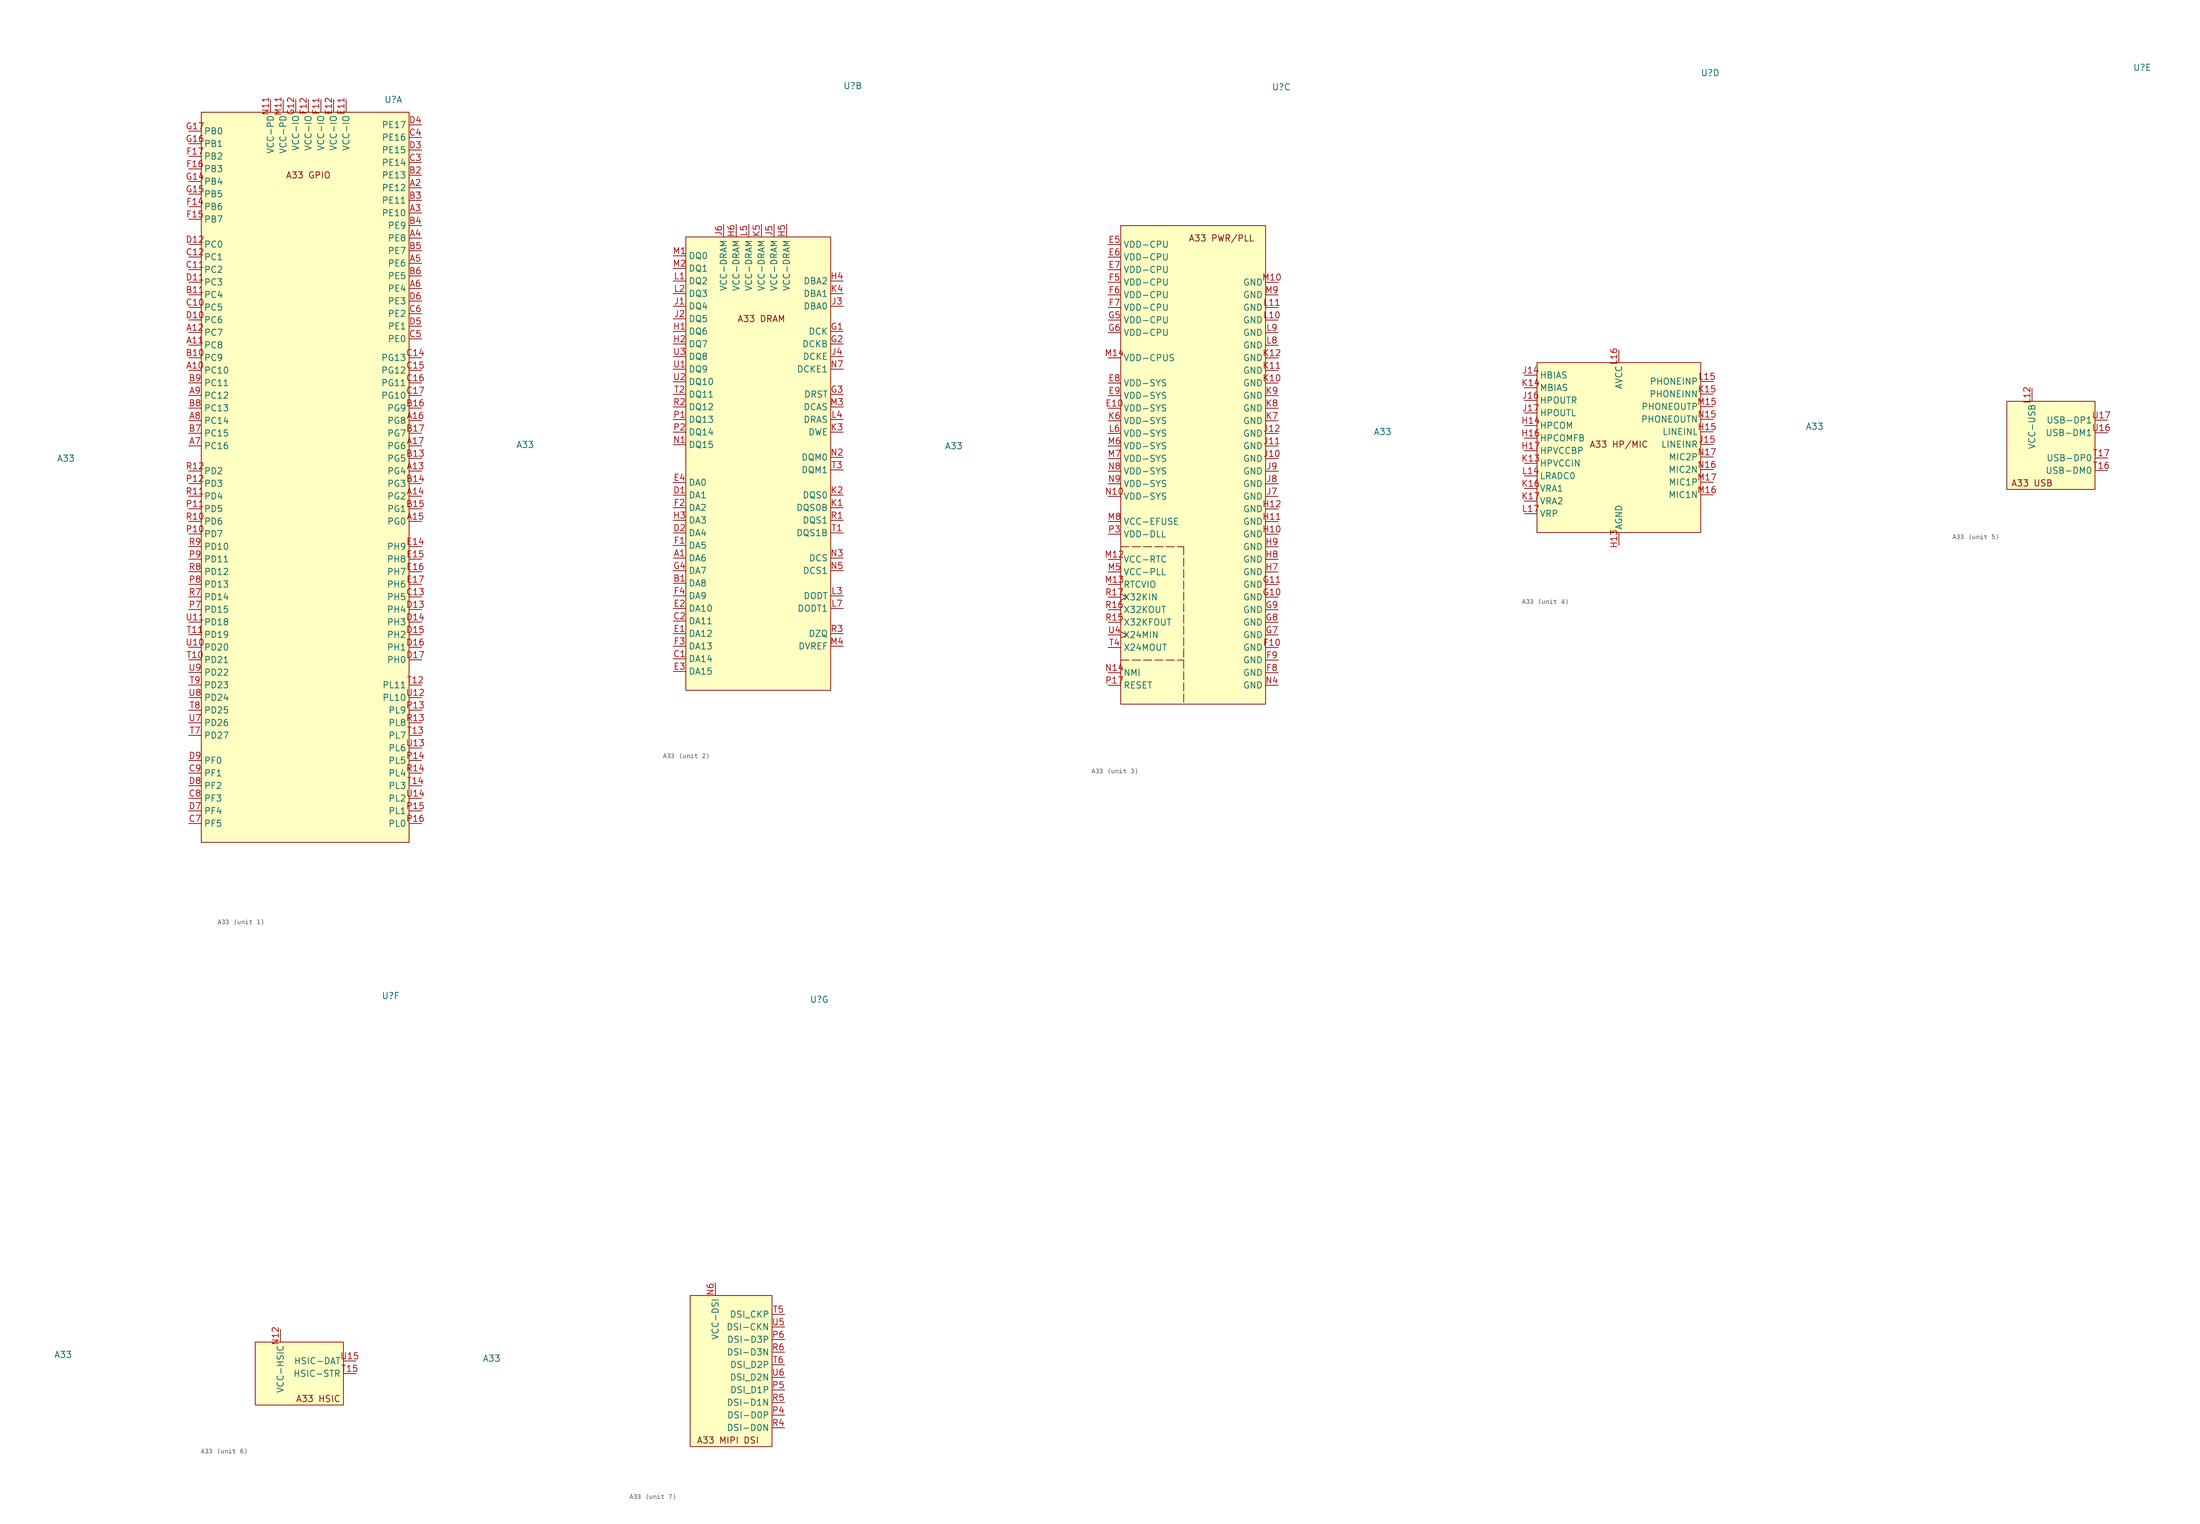
<source format=kicad_sym>
(kicad_symbol_lib
  (version 20220914)
  (generator https://github.com/uPesy/easyeda2kicad.py)
  (symbol "A33"
    (property "Reference" "U"
      (at 18.415 76.2 0)
      (effects (font (size 1.27 1.27))))
    (property "Value" "A33"
      (at -47.625 3.81 0)
      (effects (font (size 1.27 1.27))))
    (symbol "A33_1_1"
      (rectangle (start -20.32 73.66) (end 21.59 -73.66) (stroke (width 0) (type default)) (fill (type background)))
      (text "A33 GPIO" (at 1.27 60.96 0) (effects (font (size 1.27 1.27))))
      (pin bidirectional line (at -22.86 21.59 0) (length 2.54) (name "PC10" (effects (font (size 1.27 1.27)))) (number "A10" (effects (font (size 1.27 1.27)))))
      (pin bidirectional line (at -22.86 26.67 0) (length 2.54) (name "PC8" (effects (font (size 1.27 1.27)))) (number "A11" (effects (font (size 1.27 1.27)))))
      (pin bidirectional line (at -22.86 29.21 0) (length 2.54) (name "PC7" (effects (font (size 1.27 1.27)))) (number "A12" (effects (font (size 1.27 1.27)))))
      (pin bidirectional line (at 24.13 1.27 180) (length 2.54) (name "PG4" (effects (font (size 1.27 1.27)))) (number "A13" (effects (font (size 1.27 1.27)))))
      (pin bidirectional line (at 24.13 -3.81 180) (length 2.54) (name "PG2" (effects (font (size 1.27 1.27)))) (number "A14" (effects (font (size 1.27 1.27)))))
      (pin bidirectional line (at 24.13 -8.89 180) (length 2.54) (name "PG0" (effects (font (size 1.27 1.27)))) (number "A15" (effects (font (size 1.27 1.27)))))
      (pin bidirectional line (at 24.13 11.43 180) (length 2.54) (name "PG8" (effects (font (size 1.27 1.27)))) (number "A16" (effects (font (size 1.27 1.27)))))
      (pin bidirectional line (at 24.13 6.35 180) (length 2.54) (name "PG6" (effects (font (size 1.27 1.27)))) (number "A17" (effects (font (size 1.27 1.27)))))
      (pin bidirectional line (at 24.13 58.42 180) (length 2.54) (name "PE12" (effects (font (size 1.27 1.27)))) (number "A2" (effects (font (size 1.27 1.27)))))
      (pin bidirectional line (at 24.13 53.34 180) (length 2.54) (name "PE10" (effects (font (size 1.27 1.27)))) (number "A3" (effects (font (size 1.27 1.27)))))
      (pin bidirectional line (at 24.13 48.26 180) (length 2.54) (name "PE8" (effects (font (size 1.27 1.27)))) (number "A4" (effects (font (size 1.27 1.27)))))
      (pin bidirectional line (at 24.13 43.18 180) (length 2.54) (name "PE6" (effects (font (size 1.27 1.27)))) (number "A5" (effects (font (size 1.27 1.27)))))
      (pin bidirectional line (at 24.13 38.1 180) (length 2.54) (name "PE4" (effects (font (size 1.27 1.27)))) (number "A6" (effects (font (size 1.27 1.27)))))
      (pin bidirectional line (at -22.86 6.35 0) (length 2.54) (name "PC16" (effects (font (size 1.27 1.27)))) (number "A7" (effects (font (size 1.27 1.27)))))
      (pin bidirectional line (at -22.86 11.43 0) (length 2.54) (name "PC14" (effects (font (size 1.27 1.27)))) (number "A8" (effects (font (size 1.27 1.27)))))
      (pin bidirectional line (at -22.86 16.51 0) (length 2.54) (name "PC12" (effects (font (size 1.27 1.27)))) (number "A9" (effects (font (size 1.27 1.27)))))
      (pin bidirectional line (at -22.86 24.13 0) (length 2.54) (name "PC9" (effects (font (size 1.27 1.27)))) (number "B10" (effects (font (size 1.27 1.27)))))
      (pin bidirectional line (at -22.86 36.83 0) (length 2.54) (name "PC4" (effects (font (size 1.27 1.27)))) (number "B11" (effects (font (size 1.27 1.27)))))
      (pin bidirectional line (at 24.13 3.81 180) (length 2.54) (name "PG5" (effects (font (size 1.27 1.27)))) (number "B13" (effects (font (size 1.27 1.27)))))
      (pin bidirectional line (at 24.13 -1.27 180) (length 2.54) (name "PG3" (effects (font (size 1.27 1.27)))) (number "B14" (effects (font (size 1.27 1.27)))))
      (pin bidirectional line (at 24.13 -6.35 180) (length 2.54) (name "PG1" (effects (font (size 1.27 1.27)))) (number "B15" (effects (font (size 1.27 1.27)))))
      (pin bidirectional line (at 24.13 13.97 180) (length 2.54) (name "PG9" (effects (font (size 1.27 1.27)))) (number "B16" (effects (font (size 1.27 1.27)))))
      (pin bidirectional line (at 24.13 8.89 180) (length 2.54) (name "PG7" (effects (font (size 1.27 1.27)))) (number "B17" (effects (font (size 1.27 1.27)))))
      (pin bidirectional line (at 24.13 60.96 180) (length 2.54) (name "PE13" (effects (font (size 1.27 1.27)))) (number "B2" (effects (font (size 1.27 1.27)))))
      (pin bidirectional line (at 24.13 55.88 180) (length 2.54) (name "PE11" (effects (font (size 1.27 1.27)))) (number "B3" (effects (font (size 1.27 1.27)))))
      (pin bidirectional line (at 24.13 50.8 180) (length 2.54) (name "PE9" (effects (font (size 1.27 1.27)))) (number "B4" (effects (font (size 1.27 1.27)))))
      (pin bidirectional line (at 24.13 45.72 180) (length 2.54) (name "PE7" (effects (font (size 1.27 1.27)))) (number "B5" (effects (font (size 1.27 1.27)))))
      (pin bidirectional line (at 24.13 40.64 180) (length 2.54) (name "PE5" (effects (font (size 1.27 1.27)))) (number "B6" (effects (font (size 1.27 1.27)))))
      (pin bidirectional line (at -22.86 8.89 0) (length 2.54) (name "PC15" (effects (font (size 1.27 1.27)))) (number "B7" (effects (font (size 1.27 1.27)))))
      (pin bidirectional line (at -22.86 13.97 0) (length 2.54) (name "PC13" (effects (font (size 1.27 1.27)))) (number "B8" (effects (font (size 1.27 1.27)))))
      (pin bidirectional line (at -22.86 19.05 0) (length 2.54) (name "PC11" (effects (font (size 1.27 1.27)))) (number "B9" (effects (font (size 1.27 1.27)))))
      (pin bidirectional line (at -22.86 34.29 0) (length 2.54) (name "PC5" (effects (font (size 1.27 1.27)))) (number "C10" (effects (font (size 1.27 1.27)))))
      (pin bidirectional line (at -22.86 41.91 0) (length 2.54) (name "PC2" (effects (font (size 1.27 1.27)))) (number "C11" (effects (font (size 1.27 1.27)))))
      (pin bidirectional line (at -22.86 44.45 0) (length 2.54) (name "PC1" (effects (font (size 1.27 1.27)))) (number "C12" (effects (font (size 1.27 1.27)))))
      (pin bidirectional line (at 24.13 -24.13 180) (length 2.54) (name "PH5" (effects (font (size 1.27 1.27)))) (number "C13" (effects (font (size 1.27 1.27)))))
      (pin bidirectional line (at 24.13 24.13 180) (length 2.54) (name "PG13" (effects (font (size 1.27 1.27)))) (number "C14" (effects (font (size 1.27 1.27)))))
      (pin bidirectional line (at 24.13 21.59 180) (length 2.54) (name "PG12" (effects (font (size 1.27 1.27)))) (number "C15" (effects (font (size 1.27 1.27)))))
      (pin bidirectional line (at 24.13 19.05 180) (length 2.54) (name "PG11" (effects (font (size 1.27 1.27)))) (number "C16" (effects (font (size 1.27 1.27)))))
      (pin bidirectional line (at 24.13 16.51 180) (length 2.54) (name "PG10" (effects (font (size 1.27 1.27)))) (number "C17" (effects (font (size 1.27 1.27)))))
      (pin bidirectional line (at 24.13 63.5 180) (length 2.54) (name "PE14" (effects (font (size 1.27 1.27)))) (number "C3" (effects (font (size 1.27 1.27)))))
      (pin bidirectional line (at 24.13 68.58 180) (length 2.54) (name "PE16" (effects (font (size 1.27 1.27)))) (number "C4" (effects (font (size 1.27 1.27)))))
      (pin bidirectional line (at 24.13 27.94 180) (length 2.54) (name "PE0" (effects (font (size 1.27 1.27)))) (number "C5" (effects (font (size 1.27 1.27)))))
      (pin bidirectional line (at 24.13 33.02 180) (length 2.54) (name "PE2" (effects (font (size 1.27 1.27)))) (number "C6" (effects (font (size 1.27 1.27)))))
      (pin bidirectional line (at -22.86 -69.85 0) (length 2.54) (name "PF5" (effects (font (size 1.27 1.27)))) (number "C7" (effects (font (size 1.27 1.27)))))
      (pin bidirectional line (at -22.86 -64.77 0) (length 2.54) (name "PF3" (effects (font (size 1.27 1.27)))) (number "C8" (effects (font (size 1.27 1.27)))))
      (pin bidirectional line (at -22.86 -59.69 0) (length 2.54) (name "PF1" (effects (font (size 1.27 1.27)))) (number "C9" (effects (font (size 1.27 1.27)))))
      (pin bidirectional line (at -22.86 31.75 0) (length 2.54) (name "PC6" (effects (font (size 1.27 1.27)))) (number "D10" (effects (font (size 1.27 1.27)))))
      (pin bidirectional line (at -22.86 39.37 0) (length 2.54) (name "PC3" (effects (font (size 1.27 1.27)))) (number "D11" (effects (font (size 1.27 1.27)))))
      (pin bidirectional line (at -22.86 46.99 0) (length 2.54) (name "PC0" (effects (font (size 1.27 1.27)))) (number "D12" (effects (font (size 1.27 1.27)))))
      (pin bidirectional line (at 24.13 -26.67 180) (length 2.54) (name "PH4" (effects (font (size 1.27 1.27)))) (number "D13" (effects (font (size 1.27 1.27)))))
      (pin bidirectional line (at 24.13 -29.21 180) (length 2.54) (name "PH3" (effects (font (size 1.27 1.27)))) (number "D14" (effects (font (size 1.27 1.27)))))
      (pin bidirectional line (at 24.13 -31.75 180) (length 2.54) (name "PH2" (effects (font (size 1.27 1.27)))) (number "D15" (effects (font (size 1.27 1.27)))))
      (pin bidirectional line (at 24.13 -34.29 180) (length 2.54) (name "PH1" (effects (font (size 1.27 1.27)))) (number "D16" (effects (font (size 1.27 1.27)))))
      (pin bidirectional line (at 24.13 -36.83 180) (length 2.54) (name "PH0" (effects (font (size 1.27 1.27)))) (number "D17" (effects (font (size 1.27 1.27)))))
      (pin bidirectional line (at 24.13 66.04 180) (length 2.54) (name "PE15" (effects (font (size 1.27 1.27)))) (number "D3" (effects (font (size 1.27 1.27)))))
      (pin bidirectional line (at 24.13 71.12 180) (length 2.54) (name "PE17" (effects (font (size 1.27 1.27)))) (number "D4" (effects (font (size 1.27 1.27)))))
      (pin bidirectional line (at 24.13 30.48 180) (length 2.54) (name "PE1" (effects (font (size 1.27 1.27)))) (number "D5" (effects (font (size 1.27 1.27)))))
      (pin bidirectional line (at 24.13 35.56 180) (length 2.54) (name "PE3" (effects (font (size 1.27 1.27)))) (number "D6" (effects (font (size 1.27 1.27)))))
      (pin bidirectional line (at -22.86 -67.31 0) (length 2.54) (name "PF4" (effects (font (size 1.27 1.27)))) (number "D7" (effects (font (size 1.27 1.27)))))
      (pin bidirectional line (at -22.86 -62.23 0) (length 2.54) (name "PF2" (effects (font (size 1.27 1.27)))) (number "D8" (effects (font (size 1.27 1.27)))))
      (pin bidirectional line (at -22.86 -57.15 0) (length 2.54) (name "PF0" (effects (font (size 1.27 1.27)))) (number "D9" (effects (font (size 1.27 1.27)))))
      (pin power_in line (at 8.89 76.2 270) (length 2.54) (name "VCC-IO" (effects (font (size 1.27 1.27)))) (number "E11" (effects (font (size 1.27 1.27)))))
      (pin power_in line (at 6.35 76.2 270) (length 2.54) (name "VCC-IO" (effects (font (size 1.27 1.27)))) (number "E12" (effects (font (size 1.27 1.27)))))
      (pin bidirectional line (at 24.13 -13.97 180) (length 2.54) (name "PH9" (effects (font (size 1.27 1.27)))) (number "E14" (effects (font (size 1.27 1.27)))))
      (pin bidirectional line (at 24.13 -16.51 180) (length 2.54) (name "PH8" (effects (font (size 1.27 1.27)))) (number "E15" (effects (font (size 1.27 1.27)))))
      (pin bidirectional line (at 24.13 -19.05 180) (length 2.54) (name "PH7" (effects (font (size 1.27 1.27)))) (number "E16" (effects (font (size 1.27 1.27)))))
      (pin bidirectional line (at 24.13 -21.59 180) (length 2.54) (name "PH6" (effects (font (size 1.27 1.27)))) (number "E17" (effects (font (size 1.27 1.27)))))
      (pin power_in line (at 3.81 76.2 270) (length 2.54) (name "VCC-IO" (effects (font (size 1.27 1.27)))) (number "F11" (effects (font (size 1.27 1.27)))))
      (pin power_in line (at 1.27 76.2 270) (length 2.54) (name "VCC-IO" (effects (font (size 1.27 1.27)))) (number "F12" (effects (font (size 1.27 1.27)))))
      (pin bidirectional line (at -22.86 54.61 0) (length 2.54) (name "PB6" (effects (font (size 1.27 1.27)))) (number "F14" (effects (font (size 1.27 1.27)))))
      (pin bidirectional line (at -22.86 52.07 0) (length 2.54) (name "PB7" (effects (font (size 1.27 1.27)))) (number "F15" (effects (font (size 1.27 1.27)))))
      (pin bidirectional line (at -22.86 62.23 0) (length 2.54) (name "PB3" (effects (font (size 1.27 1.27)))) (number "F16" (effects (font (size 1.27 1.27)))))
      (pin bidirectional line (at -22.86 64.77 0) (length 2.54) (name "PB2" (effects (font (size 1.27 1.27)))) (number "F17" (effects (font (size 1.27 1.27)))))
      (pin power_in line (at -1.27 76.2 270) (length 2.54) (name "VCC-IO" (effects (font (size 1.27 1.27)))) (number "G12" (effects (font (size 1.27 1.27)))))
      (pin bidirectional line (at -22.86 59.69 0) (length 2.54) (name "PB4" (effects (font (size 1.27 1.27)))) (number "G14" (effects (font (size 1.27 1.27)))))
      (pin bidirectional line (at -22.86 57.15 0) (length 2.54) (name "PB5" (effects (font (size 1.27 1.27)))) (number "G15" (effects (font (size 1.27 1.27)))))
      (pin bidirectional line (at -22.86 67.31 0) (length 2.54) (name "PB1" (effects (font (size 1.27 1.27)))) (number "G16" (effects (font (size 1.27 1.27)))))
      (pin bidirectional line (at -22.86 69.85 0) (length 2.54) (name "PB0" (effects (font (size 1.27 1.27)))) (number "G17" (effects (font (size 1.27 1.27)))))
      (pin power_in line (at -3.81 76.2 270) (length 2.54) (name "VCC-PD" (effects (font (size 1.27 1.27)))) (number "M11" (effects (font (size 1.27 1.27)))))
      (pin power_in line (at -6.35 76.2 270) (length 2.54) (name "VCC-PD" (effects (font (size 1.27 1.27)))) (number "N11" (effects (font (size 1.27 1.27)))))
      (pin bidirectional line (at -22.86 -11.43 0) (length 2.54) (name "PD7" (effects (font (size 1.27 1.27)))) (number "P10" (effects (font (size 1.27 1.27)))))
      (pin bidirectional line (at -22.86 -6.35 0) (length 2.54) (name "PD5" (effects (font (size 1.27 1.27)))) (number "P11" (effects (font (size 1.27 1.27)))))
      (pin bidirectional line (at -22.86 -1.27 0) (length 2.54) (name "PD3" (effects (font (size 1.27 1.27)))) (number "P12" (effects (font (size 1.27 1.27)))))
      (pin bidirectional line (at 24.13 -46.99 180) (length 2.54) (name "PL9" (effects (font (size 1.27 1.27)))) (number "P13" (effects (font (size 1.27 1.27)))))
      (pin bidirectional line (at 24.13 -57.15 180) (length 2.54) (name "PL5" (effects (font (size 1.27 1.27)))) (number "P14" (effects (font (size 1.27 1.27)))))
      (pin bidirectional line (at 24.13 -67.31 180) (length 2.54) (name "PL1" (effects (font (size 1.27 1.27)))) (number "P15" (effects (font (size 1.27 1.27)))))
      (pin bidirectional line (at 24.13 -69.85 180) (length 2.54) (name "PL0" (effects (font (size 1.27 1.27)))) (number "P16" (effects (font (size 1.27 1.27)))))
      (pin bidirectional line (at -22.86 -26.67 0) (length 2.54) (name "PD15" (effects (font (size 1.27 1.27)))) (number "P7" (effects (font (size 1.27 1.27)))))
      (pin bidirectional line (at -22.86 -21.59 0) (length 2.54) (name "PD13" (effects (font (size 1.27 1.27)))) (number "P8" (effects (font (size 1.27 1.27)))))
      (pin bidirectional line (at -22.86 -16.51 0) (length 2.54) (name "PD11" (effects (font (size 1.27 1.27)))) (number "P9" (effects (font (size 1.27 1.27)))))
      (pin bidirectional line (at -22.86 -8.89 0) (length 2.54) (name "PD6" (effects (font (size 1.27 1.27)))) (number "R10" (effects (font (size 1.27 1.27)))))
      (pin bidirectional line (at -22.86 -3.81 0) (length 2.54) (name "PD4" (effects (font (size 1.27 1.27)))) (number "R11" (effects (font (size 1.27 1.27)))))
      (pin bidirectional line (at -22.86 1.27 0) (length 2.54) (name "PD2" (effects (font (size 1.27 1.27)))) (number "R12" (effects (font (size 1.27 1.27)))))
      (pin bidirectional line (at 24.13 -49.53 180) (length 2.54) (name "PL8" (effects (font (size 1.27 1.27)))) (number "R13" (effects (font (size 1.27 1.27)))))
      (pin bidirectional line (at 24.13 -59.69 180) (length 2.54) (name "PL4" (effects (font (size 1.27 1.27)))) (number "R14" (effects (font (size 1.27 1.27)))))
      (pin bidirectional line (at -22.86 -24.13 0) (length 2.54) (name "PD14" (effects (font (size 1.27 1.27)))) (number "R7" (effects (font (size 1.27 1.27)))))
      (pin bidirectional line (at -22.86 -19.05 0) (length 2.54) (name "PD12" (effects (font (size 1.27 1.27)))) (number "R8" (effects (font (size 1.27 1.27)))))
      (pin bidirectional line (at -22.86 -13.97 0) (length 2.54) (name "PD10" (effects (font (size 1.27 1.27)))) (number "R9" (effects (font (size 1.27 1.27)))))
      (pin bidirectional line (at -22.86 -36.83 0) (length 2.54) (name "PD21" (effects (font (size 1.27 1.27)))) (number "T10" (effects (font (size 1.27 1.27)))))
      (pin bidirectional line (at -22.86 -31.75 0) (length 2.54) (name "PD19" (effects (font (size 1.27 1.27)))) (number "T11" (effects (font (size 1.27 1.27)))))
      (pin bidirectional line (at 24.13 -41.91 180) (length 2.54) (name "PL11" (effects (font (size 1.27 1.27)))) (number "T12" (effects (font (size 1.27 1.27)))))
      (pin bidirectional line (at 24.13 -52.07 180) (length 2.54) (name "PL7" (effects (font (size 1.27 1.27)))) (number "T13" (effects (font (size 1.27 1.27)))))
      (pin bidirectional line (at 24.13 -62.23 180) (length 2.54) (name "PL3" (effects (font (size 1.27 1.27)))) (number "T14" (effects (font (size 1.27 1.27)))))
      (pin bidirectional line (at -22.86 -52.07 0) (length 2.54) (name "PD27" (effects (font (size 1.27 1.27)))) (number "T7" (effects (font (size 1.27 1.27)))))
      (pin bidirectional line (at -22.86 -46.99 0) (length 2.54) (name "PD25" (effects (font (size 1.27 1.27)))) (number "T8" (effects (font (size 1.27 1.27)))))
      (pin bidirectional line (at -22.86 -41.91 0) (length 2.54) (name "PD23" (effects (font (size 1.27 1.27)))) (number "T9" (effects (font (size 1.27 1.27)))))
      (pin bidirectional line (at -22.86 -34.29 0) (length 2.54) (name "PD20" (effects (font (size 1.27 1.27)))) (number "U10" (effects (font (size 1.27 1.27)))))
      (pin bidirectional line (at -22.86 -29.21 0) (length 2.54) (name "PD18" (effects (font (size 1.27 1.27)))) (number "U11" (effects (font (size 1.27 1.27)))))
      (pin bidirectional line (at 24.13 -44.45 180) (length 2.54) (name "PL10" (effects (font (size 1.27 1.27)))) (number "U12" (effects (font (size 1.27 1.27)))))
      (pin bidirectional line (at 24.13 -54.61 180) (length 2.54) (name "PL6" (effects (font (size 1.27 1.27)))) (number "U13" (effects (font (size 1.27 1.27)))))
      (pin bidirectional line (at 24.13 -64.77 180) (length 2.54) (name "PL2" (effects (font (size 1.27 1.27)))) (number "U14" (effects (font (size 1.27 1.27)))))
      (pin bidirectional line (at -22.86 -49.53 0) (length 2.54) (name "PD26" (effects (font (size 1.27 1.27)))) (number "U7" (effects (font (size 1.27 1.27)))))
      (pin bidirectional line (at -22.86 -44.45 0) (length 2.54) (name "PD24" (effects (font (size 1.27 1.27)))) (number "U8" (effects (font (size 1.27 1.27)))))
      (pin bidirectional line (at -22.86 -39.37 0) (length 2.54) (name "PD22" (effects (font (size 1.27 1.27)))) (number "U9" (effects (font (size 1.27 1.27))))))
    (symbol "A33_2_1"
      (rectangle (start -15.24 45.72) (end 13.97 -45.72) (stroke (width 0) (type default)) (fill (type background)))
      (text "A33 DRAM" (at 0 29.21 0) (effects (font (size 1.27 1.27))))
      (pin output line (at -17.78 -19.05 0) (length 2.54) (name "DA6" (effects (font (size 1.27 1.27)))) (number "A1" (effects (font (size 1.27 1.27)))))
      (pin output line (at -17.78 -24.13 0) (length 2.54) (name "DA8" (effects (font (size 1.27 1.27)))) (number "B1" (effects (font (size 1.27 1.27)))))
      (pin output line (at -17.78 -39.37 0) (length 2.54) (name "DA14" (effects (font (size 1.27 1.27)))) (number "C1" (effects (font (size 1.27 1.27)))))
      (pin output line (at -17.78 -31.75 0) (length 2.54) (name "DA11" (effects (font (size 1.27 1.27)))) (number "C2" (effects (font (size 1.27 1.27)))))
      (pin output line (at -17.78 -6.35 0) (length 2.54) (name "DA1" (effects (font (size 1.27 1.27)))) (number "D1" (effects (font (size 1.27 1.27)))))
      (pin output line (at -17.78 -13.97 0) (length 2.54) (name "DA4" (effects (font (size 1.27 1.27)))) (number "D2" (effects (font (size 1.27 1.27)))))
      (pin output line (at -17.78 -34.29 0) (length 2.54) (name "DA12" (effects (font (size 1.27 1.27)))) (number "E1" (effects (font (size 1.27 1.27)))))
      (pin output line (at -17.78 -29.21 0) (length 2.54) (name "DA10" (effects (font (size 1.27 1.27)))) (number "E2" (effects (font (size 1.27 1.27)))))
      (pin output line (at -17.78 -41.91 0) (length 2.54) (name "DA15" (effects (font (size 1.27 1.27)))) (number "E3" (effects (font (size 1.27 1.27)))))
      (pin output line (at -17.78 -3.81 0) (length 2.54) (name "DA0" (effects (font (size 1.27 1.27)))) (number "E4" (effects (font (size 1.27 1.27)))))
      (pin output line (at -17.78 -16.51 0) (length 2.54) (name "DA5" (effects (font (size 1.27 1.27)))) (number "F1" (effects (font (size 1.27 1.27)))))
      (pin output line (at -17.78 -8.89 0) (length 2.54) (name "DA2" (effects (font (size 1.27 1.27)))) (number "F2" (effects (font (size 1.27 1.27)))))
      (pin output line (at -17.78 -36.83 0) (length 2.54) (name "DA13" (effects (font (size 1.27 1.27)))) (number "F3" (effects (font (size 1.27 1.27)))))
      (pin output line (at -17.78 -26.67 0) (length 2.54) (name "DA9" (effects (font (size 1.27 1.27)))) (number "F4" (effects (font (size 1.27 1.27)))))
      (pin output line (at 16.51 26.67 180) (length 2.54) (name "DCK" (effects (font (size 1.27 1.27)))) (number "G1" (effects (font (size 1.27 1.27)))))
      (pin output line (at 16.51 24.13 180) (length 2.54) (name "DCKB" (effects (font (size 1.27 1.27)))) (number "G2" (effects (font (size 1.27 1.27)))))
      (pin output line (at 16.51 13.97 180) (length 2.54) (name "DRST" (effects (font (size 1.27 1.27)))) (number "G3" (effects (font (size 1.27 1.27)))))
      (pin output line (at -17.78 -21.59 0) (length 2.54) (name "DA7" (effects (font (size 1.27 1.27)))) (number "G4" (effects (font (size 1.27 1.27)))))
      (pin bidirectional line (at -17.78 26.67 0) (length 2.54) (name "DQ6" (effects (font (size 1.27 1.27)))) (number "H1" (effects (font (size 1.27 1.27)))))
      (pin bidirectional line (at -17.78 24.13 0) (length 2.54) (name "DQ7" (effects (font (size 1.27 1.27)))) (number "H2" (effects (font (size 1.27 1.27)))))
      (pin output line (at -17.78 -11.43 0) (length 2.54) (name "DA3" (effects (font (size 1.27 1.27)))) (number "H3" (effects (font (size 1.27 1.27)))))
      (pin output line (at 16.51 36.83 180) (length 2.54) (name "DBA2" (effects (font (size 1.27 1.27)))) (number "H4" (effects (font (size 1.27 1.27)))))
      (pin power_in line (at 5.08 48.26 270) (length 2.54) (name "VCC-DRAM" (effects (font (size 1.27 1.27)))) (number "H5" (effects (font (size 1.27 1.27)))))
      (pin power_in line (at -5.08 48.26 270) (length 2.54) (name "VCC-DRAM" (effects (font (size 1.27 1.27)))) (number "H6" (effects (font (size 1.27 1.27)))))
      (pin bidirectional line (at -17.78 31.75 0) (length 2.54) (name "DQ4" (effects (font (size 1.27 1.27)))) (number "J1" (effects (font (size 1.27 1.27)))))
      (pin bidirectional line (at -17.78 29.21 0) (length 2.54) (name "DQ5" (effects (font (size 1.27 1.27)))) (number "J2" (effects (font (size 1.27 1.27)))))
      (pin output line (at 16.51 31.75 180) (length 2.54) (name "DBA0" (effects (font (size 1.27 1.27)))) (number "J3" (effects (font (size 1.27 1.27)))))
      (pin output line (at 16.51 21.59 180) (length 2.54) (name "DCKE" (effects (font (size 1.27 1.27)))) (number "J4" (effects (font (size 1.27 1.27)))))
      (pin power_in line (at 2.54 48.26 270) (length 2.54) (name "VCC-DRAM" (effects (font (size 1.27 1.27)))) (number "J5" (effects (font (size 1.27 1.27)))))
      (pin power_in line (at -7.62 48.26 270) (length 2.54) (name "VCC-DRAM" (effects (font (size 1.27 1.27)))) (number "J6" (effects (font (size 1.27 1.27)))))
      (pin bidirectional line (at 16.51 -8.89 180) (length 2.54) (name "DQS0B" (effects (font (size 1.27 1.27)))) (number "K1" (effects (font (size 1.27 1.27)))))
      (pin bidirectional line (at 16.51 -6.35 180) (length 2.54) (name "DQS0" (effects (font (size 1.27 1.27)))) (number "K2" (effects (font (size 1.27 1.27)))))
      (pin output line (at 16.51 6.35 180) (length 2.54) (name "DWE" (effects (font (size 1.27 1.27)))) (number "K3" (effects (font (size 1.27 1.27)))))
      (pin output line (at 16.51 34.29 180) (length 2.54) (name "DBA1" (effects (font (size 1.27 1.27)))) (number "K4" (effects (font (size 1.27 1.27)))))
      (pin power_in line (at 0 48.26 270) (length 2.54) (name "VCC-DRAM" (effects (font (size 1.27 1.27)))) (number "K5" (effects (font (size 1.27 1.27)))))
      (pin bidirectional line (at -17.78 36.83 0) (length 2.54) (name "DQ2" (effects (font (size 1.27 1.27)))) (number "L1" (effects (font (size 1.27 1.27)))))
      (pin bidirectional line (at -17.78 34.29 0) (length 2.54) (name "DQ3" (effects (font (size 1.27 1.27)))) (number "L2" (effects (font (size 1.27 1.27)))))
      (pin output line (at 16.51 -26.67 180) (length 2.54) (name "DODT" (effects (font (size 1.27 1.27)))) (number "L3" (effects (font (size 1.27 1.27)))))
      (pin output line (at 16.51 8.89 180) (length 2.54) (name "DRAS" (effects (font (size 1.27 1.27)))) (number "L4" (effects (font (size 1.27 1.27)))))
      (pin power_in line (at -2.54 48.26 270) (length 2.54) (name "VCC-DRAM" (effects (font (size 1.27 1.27)))) (number "L5" (effects (font (size 1.27 1.27)))))
      (pin output line (at 16.51 -29.21 180) (length 2.54) (name "DODT1" (effects (font (size 1.27 1.27)))) (number "L7" (effects (font (size 1.27 1.27)))))
      (pin bidirectional line (at -17.78 41.91 0) (length 2.54) (name "DQ0" (effects (font (size 1.27 1.27)))) (number "M1" (effects (font (size 1.27 1.27)))))
      (pin bidirectional line (at -17.78 39.37 0) (length 2.54) (name "DQ1" (effects (font (size 1.27 1.27)))) (number "M2" (effects (font (size 1.27 1.27)))))
      (pin output line (at 16.51 11.43 180) (length 2.54) (name "DCAS" (effects (font (size 1.27 1.27)))) (number "M3" (effects (font (size 1.27 1.27)))))
      (pin bidirectional line (at 16.51 -36.83 180) (length 2.54) (name "DVREF" (effects (font (size 1.27 1.27)))) (number "M4" (effects (font (size 1.27 1.27)))))
      (pin bidirectional line (at -17.78 3.81 0) (length 2.54) (name "DQ15" (effects (font (size 1.27 1.27)))) (number "N1" (effects (font (size 1.27 1.27)))))
      (pin output line (at 16.51 1.27 180) (length 2.54) (name "DQM0" (effects (font (size 1.27 1.27)))) (number "N2" (effects (font (size 1.27 1.27)))))
      (pin output line (at 16.51 -19.05 180) (length 2.54) (name "DCS" (effects (font (size 1.27 1.27)))) (number "N3" (effects (font (size 1.27 1.27)))))
      (pin output line (at 16.51 -21.59 180) (length 2.54) (name "DCS1" (effects (font (size 1.27 1.27)))) (number "N5" (effects (font (size 1.27 1.27)))))
      (pin output line (at 16.51 19.05 180) (length 2.54) (name "DCKE1" (effects (font (size 1.27 1.27)))) (number "N7" (effects (font (size 1.27 1.27)))))
      (pin bidirectional line (at -17.78 8.89 0) (length 2.54) (name "DQ13" (effects (font (size 1.27 1.27)))) (number "P1" (effects (font (size 1.27 1.27)))))
      (pin bidirectional line (at -17.78 6.35 0) (length 2.54) (name "DQ14" (effects (font (size 1.27 1.27)))) (number "P2" (effects (font (size 1.27 1.27)))))
      (pin bidirectional line (at 16.51 -11.43 180) (length 2.54) (name "DQS1" (effects (font (size 1.27 1.27)))) (number "R1" (effects (font (size 1.27 1.27)))))
      (pin bidirectional line (at -17.78 11.43 0) (length 2.54) (name "DQ12" (effects (font (size 1.27 1.27)))) (number "R2" (effects (font (size 1.27 1.27)))))
      (pin bidirectional line (at 16.51 -34.29 180) (length 2.54) (name "DZQ" (effects (font (size 1.27 1.27)))) (number "R3" (effects (font (size 1.27 1.27)))))
      (pin bidirectional line (at 16.51 -13.97 180) (length 2.54) (name "DQS1B" (effects (font (size 1.27 1.27)))) (number "T1" (effects (font (size 1.27 1.27)))))
      (pin bidirectional line (at -17.78 13.97 0) (length 2.54) (name "DQ11" (effects (font (size 1.27 1.27)))) (number "T2" (effects (font (size 1.27 1.27)))))
      (pin output line (at 16.51 -1.27 180) (length 2.54) (name "DQM1" (effects (font (size 1.27 1.27)))) (number "T3" (effects (font (size 1.27 1.27)))))
      (pin bidirectional line (at -17.78 19.05 0) (length 2.54) (name "DQ9" (effects (font (size 1.27 1.27)))) (number "U1" (effects (font (size 1.27 1.27)))))
      (pin bidirectional line (at -17.78 16.51 0) (length 2.54) (name "DQ10" (effects (font (size 1.27 1.27)))) (number "U2" (effects (font (size 1.27 1.27)))))
      (pin bidirectional line (at -17.78 21.59 0) (length 2.54) (name "DQ8" (effects (font (size 1.27 1.27)))) (number "U3" (effects (font (size 1.27 1.27))))))
    (symbol "A33_3_1"
      (rectangle (start -13.97 48.26) (end 15.24 -48.26) (stroke (width 0) (type default)) (fill (type background)))
      (polyline (pts (xy -13.97 -39.37) (xy -1.27 -39.37)) (stroke (width 0) (type dash)) (fill (type none)))
      (polyline (pts (xy -13.97 -16.51) (xy -1.27 -16.51)) (stroke (width 0) (type dash)) (fill (type none)))
      (polyline (pts (xy -1.27 -16.51) (xy -1.27 -48.26)) (stroke (width 0) (type dash)) (fill (type none)))
      (text "A33 PWR/PLL" (at 6.35 45.72 0) (effects (font (size 1.27 1.27))))
      (pin power_in line (at -16.51 11.43 0) (length 2.54) (name "VDD-SYS" (effects (font (size 1.27 1.27)))) (number "E10" (effects (font (size 1.27 1.27)))))
      (pin power_in line (at -16.51 44.45 0) (length 2.54) (name "VDD-CPU" (effects (font (size 1.27 1.27)))) (number "E5" (effects (font (size 1.27 1.27)))))
      (pin power_in line (at -16.51 41.91 0) (length 2.54) (name "VDD-CPU" (effects (font (size 1.27 1.27)))) (number "E6" (effects (font (size 1.27 1.27)))))
      (pin power_in line (at -16.51 39.37 0) (length 2.54) (name "VDD-CPU" (effects (font (size 1.27 1.27)))) (number "E7" (effects (font (size 1.27 1.27)))))
      (pin power_in line (at -16.51 16.51 0) (length 2.54) (name "VDD-SYS" (effects (font (size 1.27 1.27)))) (number "E8" (effects (font (size 1.27 1.27)))))
      (pin power_in line (at -16.51 13.97 0) (length 2.54) (name "VDD-SYS" (effects (font (size 1.27 1.27)))) (number "E9" (effects (font (size 1.27 1.27)))))
      (pin power_in line (at 17.78 -36.83 180) (length 2.54) (name "GND" (effects (font (size 1.27 1.27)))) (number "F10" (effects (font (size 1.27 1.27)))))
      (pin power_in line (at -16.51 36.83 0) (length 2.54) (name "VDD-CPU" (effects (font (size 1.27 1.27)))) (number "F5" (effects (font (size 1.27 1.27)))))
      (pin power_in line (at -16.51 34.29 0) (length 2.54) (name "VDD-CPU" (effects (font (size 1.27 1.27)))) (number "F6" (effects (font (size 1.27 1.27)))))
      (pin power_in line (at -16.51 31.75 0) (length 2.54) (name "VDD-CPU" (effects (font (size 1.27 1.27)))) (number "F7" (effects (font (size 1.27 1.27)))))
      (pin power_in line (at 17.78 -41.91 180) (length 2.54) (name "GND" (effects (font (size 1.27 1.27)))) (number "F8" (effects (font (size 1.27 1.27)))))
      (pin power_in line (at 17.78 -39.37 180) (length 2.54) (name "GND" (effects (font (size 1.27 1.27)))) (number "F9" (effects (font (size 1.27 1.27)))))
      (pin power_in line (at 17.78 -26.67 180) (length 2.54) (name "GND" (effects (font (size 1.27 1.27)))) (number "G10" (effects (font (size 1.27 1.27)))))
      (pin power_in line (at 17.78 -24.13 180) (length 2.54) (name "GND" (effects (font (size 1.27 1.27)))) (number "G11" (effects (font (size 1.27 1.27)))))
      (pin power_in line (at -16.51 29.21 0) (length 2.54) (name "VDD-CPU" (effects (font (size 1.27 1.27)))) (number "G5" (effects (font (size 1.27 1.27)))))
      (pin power_in line (at -16.51 26.67 0) (length 2.54) (name "VDD-CPU" (effects (font (size 1.27 1.27)))) (number "G6" (effects (font (size 1.27 1.27)))))
      (pin power_in line (at 17.78 -34.29 180) (length 2.54) (name "GND" (effects (font (size 1.27 1.27)))) (number "G7" (effects (font (size 1.27 1.27)))))
      (pin power_in line (at 17.78 -31.75 180) (length 2.54) (name "GND" (effects (font (size 1.27 1.27)))) (number "G8" (effects (font (size 1.27 1.27)))))
      (pin power_in line (at 17.78 -29.21 180) (length 2.54) (name "GND" (effects (font (size 1.27 1.27)))) (number "G9" (effects (font (size 1.27 1.27)))))
      (pin power_in line (at 17.78 -13.97 180) (length 2.54) (name "GND" (effects (font (size 1.27 1.27)))) (number "H10" (effects (font (size 1.27 1.27)))))
      (pin power_in line (at 17.78 -11.43 180) (length 2.54) (name "GND" (effects (font (size 1.27 1.27)))) (number "H11" (effects (font (size 1.27 1.27)))))
      (pin power_in line (at 17.78 -8.89 180) (length 2.54) (name "GND" (effects (font (size 1.27 1.27)))) (number "H12" (effects (font (size 1.27 1.27)))))
      (pin power_in line (at 17.78 -21.59 180) (length 2.54) (name "GND" (effects (font (size 1.27 1.27)))) (number "H7" (effects (font (size 1.27 1.27)))))
      (pin power_in line (at 17.78 -19.05 180) (length 2.54) (name "GND" (effects (font (size 1.27 1.27)))) (number "H8" (effects (font (size 1.27 1.27)))))
      (pin power_in line (at 17.78 -16.51 180) (length 2.54) (name "GND" (effects (font (size 1.27 1.27)))) (number "H9" (effects (font (size 1.27 1.27)))))
      (pin power_in line (at 17.78 1.27 180) (length 2.54) (name "GND" (effects (font (size 1.27 1.27)))) (number "J10" (effects (font (size 1.27 1.27)))))
      (pin power_in line (at 17.78 3.81 180) (length 2.54) (name "GND" (effects (font (size 1.27 1.27)))) (number "J11" (effects (font (size 1.27 1.27)))))
      (pin power_in line (at 17.78 6.35 180) (length 2.54) (name "GND" (effects (font (size 1.27 1.27)))) (number "J12" (effects (font (size 1.27 1.27)))))
      (pin power_in line (at 17.78 -6.35 180) (length 2.54) (name "GND" (effects (font (size 1.27 1.27)))) (number "J7" (effects (font (size 1.27 1.27)))))
      (pin power_in line (at 17.78 -3.81 180) (length 2.54) (name "GND" (effects (font (size 1.27 1.27)))) (number "J8" (effects (font (size 1.27 1.27)))))
      (pin power_in line (at 17.78 -1.27 180) (length 2.54) (name "GND" (effects (font (size 1.27 1.27)))) (number "J9" (effects (font (size 1.27 1.27)))))
      (pin power_in line (at 17.78 16.51 180) (length 2.54) (name "GND" (effects (font (size 1.27 1.27)))) (number "K10" (effects (font (size 1.27 1.27)))))
      (pin power_in line (at 17.78 19.05 180) (length 2.54) (name "GND" (effects (font (size 1.27 1.27)))) (number "K11" (effects (font (size 1.27 1.27)))))
      (pin power_in line (at 17.78 21.59 180) (length 2.54) (name "GND" (effects (font (size 1.27 1.27)))) (number "K12" (effects (font (size 1.27 1.27)))))
      (pin power_in line (at -16.51 8.89 0) (length 2.54) (name "VDD-SYS" (effects (font (size 1.27 1.27)))) (number "K6" (effects (font (size 1.27 1.27)))))
      (pin power_in line (at 17.78 8.89 180) (length 2.54) (name "GND" (effects (font (size 1.27 1.27)))) (number "K7" (effects (font (size 1.27 1.27)))))
      (pin power_in line (at 17.78 11.43 180) (length 2.54) (name "GND" (effects (font (size 1.27 1.27)))) (number "K8" (effects (font (size 1.27 1.27)))))
      (pin power_in line (at 17.78 13.97 180) (length 2.54) (name "GND" (effects (font (size 1.27 1.27)))) (number "K9" (effects (font (size 1.27 1.27)))))
      (pin power_in line (at 17.78 29.21 180) (length 2.54) (name "GND" (effects (font (size 1.27 1.27)))) (number "L10" (effects (font (size 1.27 1.27)))))
      (pin power_in line (at 17.78 31.75 180) (length 2.54) (name "GND" (effects (font (size 1.27 1.27)))) (number "L11" (effects (font (size 1.27 1.27)))))
      (pin power_in line (at -16.51 6.35 0) (length 2.54) (name "VDD-SYS" (effects (font (size 1.27 1.27)))) (number "L6" (effects (font (size 1.27 1.27)))))
      (pin power_in line (at 17.78 24.13 180) (length 2.54) (name "GND" (effects (font (size 1.27 1.27)))) (number "L8" (effects (font (size 1.27 1.27)))))
      (pin power_in line (at 17.78 26.67 180) (length 2.54) (name "GND" (effects (font (size 1.27 1.27)))) (number "L9" (effects (font (size 1.27 1.27)))))
      (pin power_in line (at 17.78 36.83 180) (length 2.54) (name "GND" (effects (font (size 1.27 1.27)))) (number "M10" (effects (font (size 1.27 1.27)))))
      (pin power_in line (at -16.51 -19.05 0) (length 2.54) (name "VCC-RTC" (effects (font (size 1.27 1.27)))) (number "M12" (effects (font (size 1.27 1.27)))))
      (pin input line (at -16.51 -24.13 0) (length 2.54) (name "RTCVIO" (effects (font (size 1.27 1.27)))) (number "M13" (effects (font (size 1.27 1.27)))))
      (pin power_in line (at -16.51 21.59 0) (length 2.54) (name "VDD-CPUS" (effects (font (size 1.27 1.27)))) (number "M14" (effects (font (size 1.27 1.27)))))
      (pin power_in line (at -16.51 -21.59 0) (length 2.54) (name "VCC-PLL" (effects (font (size 1.27 1.27)))) (number "M5" (effects (font (size 1.27 1.27)))))
      (pin power_in line (at -16.51 3.81 0) (length 2.54) (name "VDD-SYS" (effects (font (size 1.27 1.27)))) (number "M6" (effects (font (size 1.27 1.27)))))
      (pin power_in line (at -16.51 1.27 0) (length 2.54) (name "VDD-SYS" (effects (font (size 1.27 1.27)))) (number "M7" (effects (font (size 1.27 1.27)))))
      (pin power_in line (at -16.51 -11.43 0) (length 2.54) (name "VCC-EFUSE" (effects (font (size 1.27 1.27)))) (number "M8" (effects (font (size 1.27 1.27)))))
      (pin power_in line (at 17.78 34.29 180) (length 2.54) (name "GND" (effects (font (size 1.27 1.27)))) (number "M9" (effects (font (size 1.27 1.27)))))
      (pin power_in line (at -16.51 -6.35 0) (length 2.54) (name "VDD-SYS" (effects (font (size 1.27 1.27)))) (number "N10" (effects (font (size 1.27 1.27)))))
      (pin input line (at -16.51 -41.91 0) (length 2.54) (name "NMI" (effects (font (size 1.27 1.27)))) (number "N14" (effects (font (size 1.27 1.27)))))
      (pin power_in line (at 17.78 -44.45 180) (length 2.54) (name "GND" (effects (font (size 1.27 1.27)))) (number "N4" (effects (font (size 1.27 1.27)))))
      (pin power_in line (at -16.51 -1.27 0) (length 2.54) (name "VDD-SYS" (effects (font (size 1.27 1.27)))) (number "N8" (effects (font (size 1.27 1.27)))))
      (pin power_in line (at -16.51 -3.81 0) (length 2.54) (name "VDD-SYS" (effects (font (size 1.27 1.27)))) (number "N9" (effects (font (size 1.27 1.27)))))
      (pin input line (at -16.51 -44.45 0) (length 2.54) (name "RESET" (effects (font (size 1.27 1.27)))) (number "P17" (effects (font (size 1.27 1.27)))))
      (pin power_in line (at -16.51 -13.97 0) (length 2.54) (name "VDD-DLL" (effects (font (size 1.27 1.27)))) (number "P3" (effects (font (size 1.27 1.27)))))
      (pin passive line (at -16.51 -31.75 0) (length 2.54) (name "X32KFOUT" (effects (font (size 1.27 1.27)))) (number "R15" (effects (font (size 1.27 1.27)))))
      (pin passive line (at -16.51 -29.21 0) (length 2.54) (name "X32KOUT" (effects (font (size 1.27 1.27)))) (number "R16" (effects (font (size 1.27 1.27)))))
      (pin input clock (at -16.51 -26.67 0) (length 2.54) (name "X32KIN" (effects (font (size 1.27 1.27)))) (number "R17" (effects (font (size 1.27 1.27)))))
      (pin passive line (at -16.51 -36.83 0) (length 2.54) (name "X24MOUT" (effects (font (size 1.27 1.27)))) (number "T4" (effects (font (size 1.27 1.27)))))
      (pin input clock (at -16.51 -34.29 0) (length 2.54) (name "X24MIN" (effects (font (size 1.27 1.27)))) (number "U4" (effects (font (size 1.27 1.27))))))
    (symbol "A33_4_1"
      (rectangle (start -16.51 17.78) (end 16.51 -16.51) (stroke (width 0) (type default)) (fill (type background)))
      (text "A33 HP/MIC" (at 0 1.27 0) (effects (font (size 1.27 1.27))))
      (pin power_in line (at 0 -19.05 90) (length 2.54) (name "AGND" (effects (font (size 1.27 1.27)))) (number "H13" (effects (font (size 1.27 1.27)))))
      (pin power_out line (at -19.05 5.08 0) (length 2.54) (name "HPCOM" (effects (font (size 1.27 1.27)))) (number "H14" (effects (font (size 1.27 1.27)))))
      (pin input line (at 19.05 3.81 180) (length 2.54) (name "LINEINL" (effects (font (size 1.27 1.27)))) (number "H15" (effects (font (size 1.27 1.27)))))
      (pin input line (at -19.05 2.54 0) (length 2.54) (name "HPCOMFB" (effects (font (size 1.27 1.27)))) (number "H16" (effects (font (size 1.27 1.27)))))
      (pin input line (at -19.05 0 0) (length 2.54) (name "HPVCCBP" (effects (font (size 1.27 1.27)))) (number "H17" (effects (font (size 1.27 1.27)))))
      (pin bidirectional line (at -19.05 15.24 0) (length 2.54) (name "HBIAS" (effects (font (size 1.27 1.27)))) (number "J14" (effects (font (size 1.27 1.27)))))
      (pin input line (at 19.05 1.27 180) (length 2.54) (name "LINEINR" (effects (font (size 1.27 1.27)))) (number "J15" (effects (font (size 1.27 1.27)))))
      (pin output line (at -19.05 10.16 0) (length 2.54) (name "HPOUTR" (effects (font (size 1.27 1.27)))) (number "J16" (effects (font (size 1.27 1.27)))))
      (pin output line (at -19.05 7.62 0) (length 2.54) (name "HPOUTL" (effects (font (size 1.27 1.27)))) (number "J17" (effects (font (size 1.27 1.27)))))
      (pin power_in line (at -19.05 -2.54 0) (length 2.54) (name "HPVCCIN" (effects (font (size 1.27 1.27)))) (number "K13" (effects (font (size 1.27 1.27)))))
      (pin bidirectional line (at -19.05 12.7 0) (length 2.54) (name "MBIAS" (effects (font (size 1.27 1.27)))) (number "K14" (effects (font (size 1.27 1.27)))))
      (pin input line (at 19.05 11.43 180) (length 2.54) (name "PHONEINN" (effects (font (size 1.27 1.27)))) (number "K15" (effects (font (size 1.27 1.27)))))
      (pin bidirectional line (at -19.05 -7.62 0) (length 2.54) (name "VRA1" (effects (font (size 1.27 1.27)))) (number "K16" (effects (font (size 1.27 1.27)))))
      (pin bidirectional line (at -19.05 -10.16 0) (length 2.54) (name "VRA2" (effects (font (size 1.27 1.27)))) (number "K17" (effects (font (size 1.27 1.27)))))
      (pin input line (at -19.05 -5.08 0) (length 2.54) (name "LRADC0" (effects (font (size 1.27 1.27)))) (number "L14" (effects (font (size 1.27 1.27)))))
      (pin input line (at 19.05 13.97 180) (length 2.54) (name "PHONEINP" (effects (font (size 1.27 1.27)))) (number "L15" (effects (font (size 1.27 1.27)))))
      (pin power_in line (at 0 20.32 270) (length 2.54) (name "AVCC" (effects (font (size 1.27 1.27)))) (number "L16" (effects (font (size 1.27 1.27)))))
      (pin bidirectional line (at -19.05 -12.7 0) (length 2.54) (name "VRP" (effects (font (size 1.27 1.27)))) (number "L17" (effects (font (size 1.27 1.27)))))
      (pin output line (at 19.05 8.89 180) (length 2.54) (name "PHONEOUTP" (effects (font (size 1.27 1.27)))) (number "M15" (effects (font (size 1.27 1.27)))))
      (pin input line (at 19.05 -8.89 180) (length 2.54) (name "MIC1N" (effects (font (size 1.27 1.27)))) (number "M16" (effects (font (size 1.27 1.27)))))
      (pin input line (at 19.05 -6.35 180) (length 2.54) (name "MIC1P" (effects (font (size 1.27 1.27)))) (number "M17" (effects (font (size 1.27 1.27)))))
      (pin output line (at 19.05 6.35 180) (length 2.54) (name "PHONEOUTN" (effects (font (size 1.27 1.27)))) (number "N15" (effects (font (size 1.27 1.27)))))
      (pin input line (at 19.05 -3.81 180) (length 2.54) (name "MIC2N" (effects (font (size 1.27 1.27)))) (number "N16" (effects (font (size 1.27 1.27)))))
      (pin input line (at 19.05 -1.27 180) (length 2.54) (name "MIC2P" (effects (font (size 1.27 1.27)))) (number "N17" (effects (font (size 1.27 1.27))))))
    (symbol "A33_5_1"
      (rectangle (start -8.89 8.89) (end 8.89 -8.89) (stroke (width 0) (type default)) (fill (type background)))
      (text "A33 USB" (at -3.81 -7.62 0) (effects (font (size 1.27 1.27))))
      (pin power_in line (at -3.81 11.43 270) (length 2.54) (name "VCC-USB" (effects (font (size 1.27 1.27)))) (number "L12" (effects (font (size 1.27 1.27)))))
      (pin bidirectional line (at 11.43 -5.08 180) (length 2.54) (name "USB-DM0" (effects (font (size 1.27 1.27)))) (number "T16" (effects (font (size 1.27 1.27)))))
      (pin bidirectional line (at 11.43 -2.54 180) (length 2.54) (name "USB-DP0" (effects (font (size 1.27 1.27)))) (number "T17" (effects (font (size 1.27 1.27)))))
      (pin bidirectional line (at 11.43 2.54 180) (length 2.54) (name "USB-DM1" (effects (font (size 1.27 1.27)))) (number "U16" (effects (font (size 1.27 1.27)))))
      (pin bidirectional line (at 11.43 5.08 180) (length 2.54) (name "USB-DP1" (effects (font (size 1.27 1.27)))) (number "U17" (effects (font (size 1.27 1.27))))))
    (symbol "A33_6_1"
      (rectangle (start -8.89 6.35) (end 8.89 -6.35) (stroke (width 0) (type default)) (fill (type background)))
      (text "A33 HSIC" (at 3.81 -5.08 0) (effects (font (size 1.27 1.27))))
      (pin power_in line (at -3.81 8.89 270) (length 2.54) (name "VCC-HSIC" (effects (font (size 1.27 1.27)))) (number "N12" (effects (font (size 1.27 1.27)))))
      (pin bidirectional line (at 11.43 0 180) (length 2.54) (name "HSIC-STR" (effects (font (size 1.27 1.27)))) (number "T15" (effects (font (size 1.27 1.27)))))
      (pin bidirectional line (at 11.43 2.54 180) (length 2.54) (name "HSIC-DAT" (effects (font (size 1.27 1.27)))) (number "U15" (effects (font (size 1.27 1.27))))))
    (symbol "A33_7_1"
      (rectangle (start -7.62 16.51) (end 8.89 -13.97) (stroke (width 0) (type default)) (fill (type background)))
      (text "A33 MIPI DSI" (at 0 -12.7 0) (effects (font (size 1.27 1.27))))
      (pin power_in line (at -2.54 19.05 270) (length 2.54) (name "VCC-DSI" (effects (font (size 1.27 1.27)))) (number "N6" (effects (font (size 1.27 1.27)))))
      (pin bidirectional line (at 11.43 -7.62 180) (length 2.54) (name "DSI-D0P" (effects (font (size 1.27 1.27)))) (number "P4" (effects (font (size 1.27 1.27)))))
      (pin bidirectional line (at 11.43 -2.54 180) (length 2.54) (name "DSI_D1P" (effects (font (size 1.27 1.27)))) (number "P5" (effects (font (size 1.27 1.27)))))
      (pin bidirectional line (at 11.43 7.62 180) (length 2.54) (name "DSI-D3P" (effects (font (size 1.27 1.27)))) (number "P6" (effects (font (size 1.27 1.27)))))
      (pin bidirectional line (at 11.43 -10.16 180) (length 2.54) (name "DSI-D0N" (effects (font (size 1.27 1.27)))) (number "R4" (effects (font (size 1.27 1.27)))))
      (pin bidirectional line (at 11.43 -5.08 180) (length 2.54) (name "DSI-D1N" (effects (font (size 1.27 1.27)))) (number "R5" (effects (font (size 1.27 1.27)))))
      (pin bidirectional line (at 11.43 5.08 180) (length 2.54) (name "DSI-D3N" (effects (font (size 1.27 1.27)))) (number "R6" (effects (font (size 1.27 1.27)))))
      (pin bidirectional line (at 11.43 12.7 180) (length 2.54) (name "DSI_CKP" (effects (font (size 1.27 1.27)))) (number "T5" (effects (font (size 1.27 1.27)))))
      (pin bidirectional line (at 11.43 2.54 180) (length 2.54) (name "DSI_D2P" (effects (font (size 1.27 1.27)))) (number "T6" (effects (font (size 1.27 1.27)))))
      (pin bidirectional line (at 11.43 10.16 180) (length 2.54) (name "DSI-CKN" (effects (font (size 1.27 1.27)))) (number "U5" (effects (font (size 1.27 1.27)))))
      (pin bidirectional line (at 11.43 0 180) (length 2.54) (name "DSI_D2N" (effects (font (size 1.27 1.27)))) (number "U6" (effects (font (size 1.27 1.27))))))))
</source>
